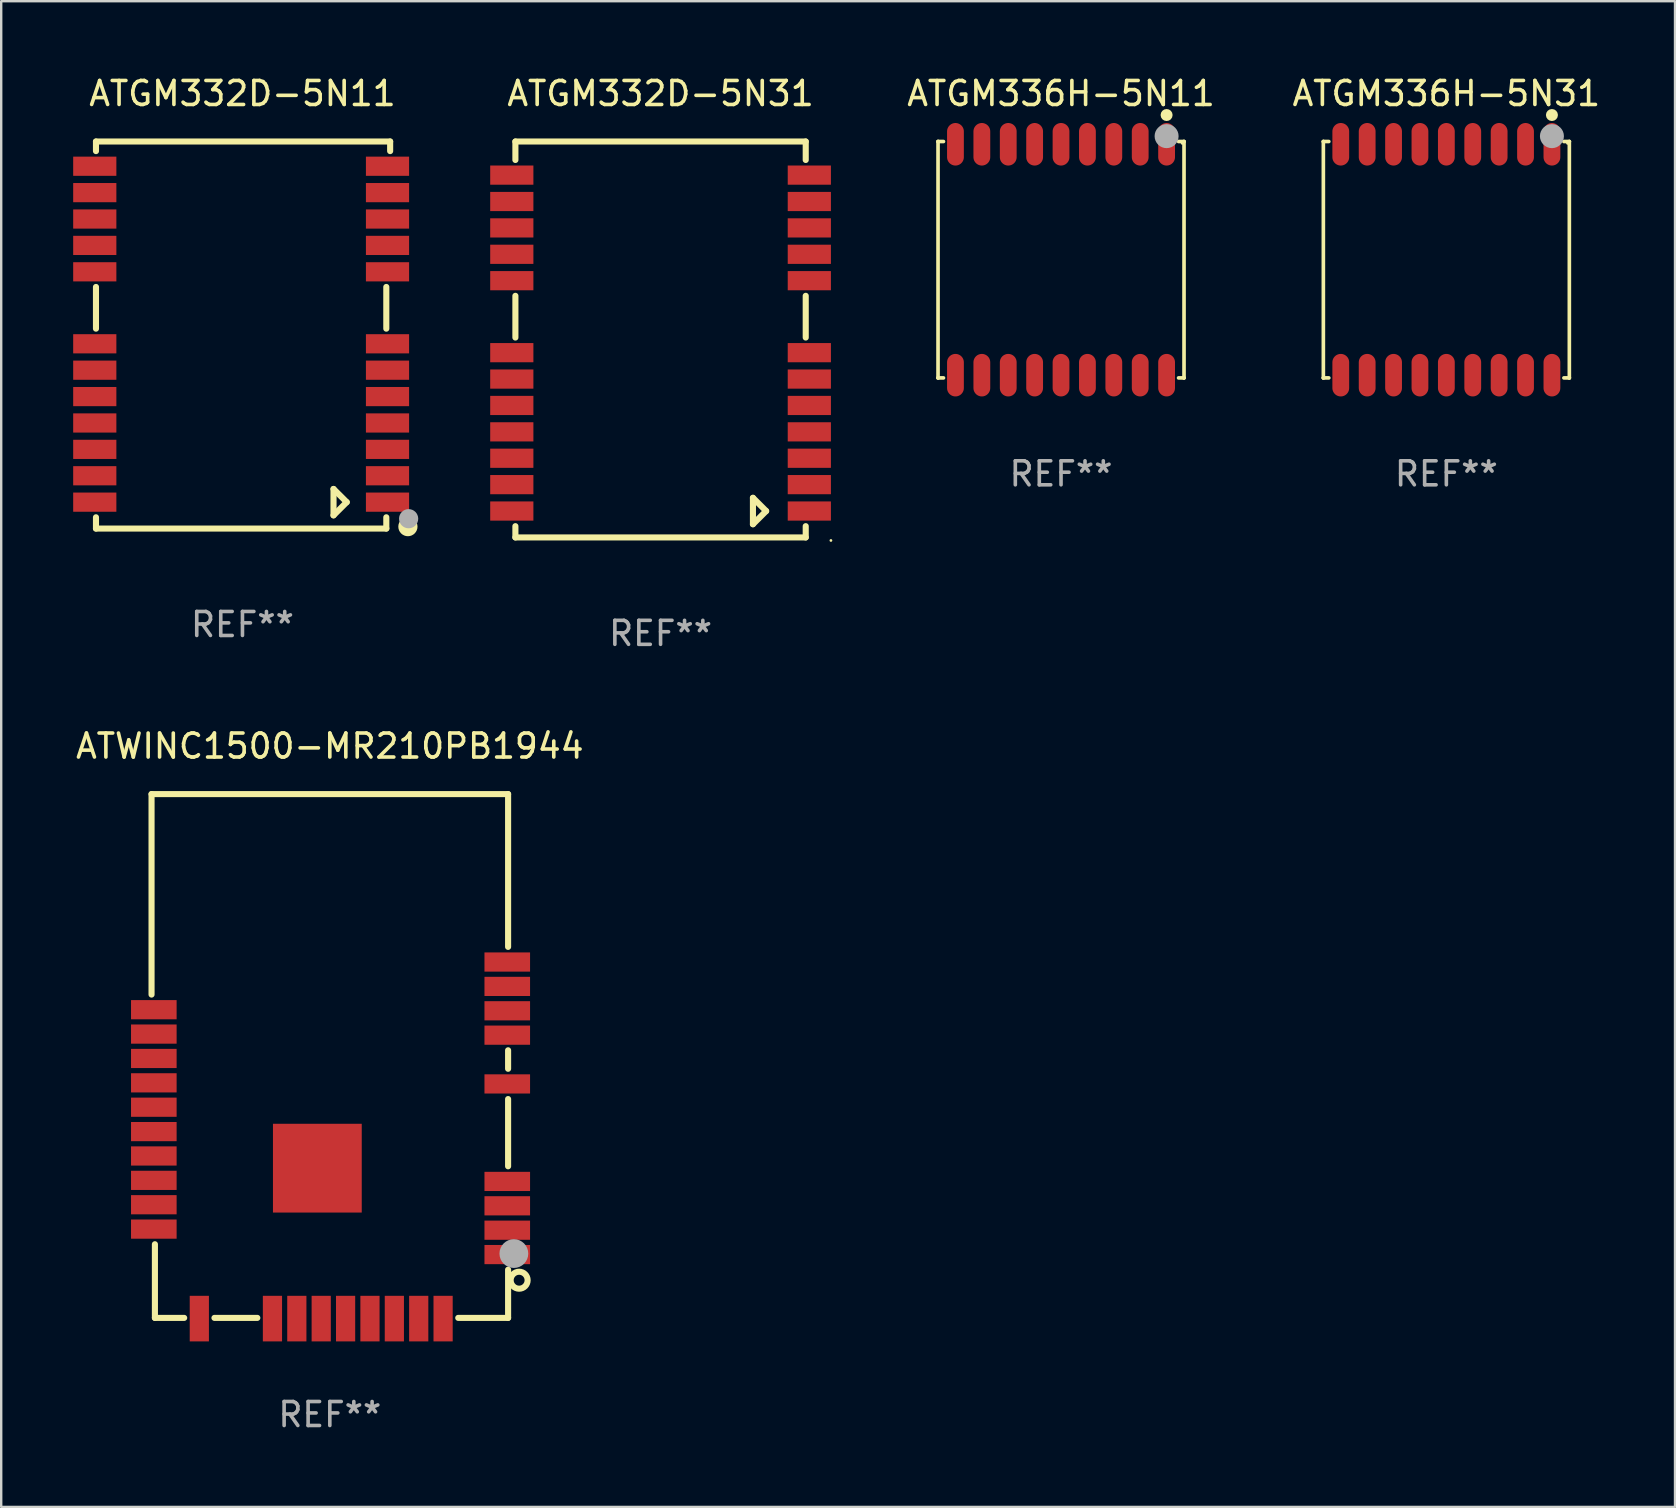
<source format=kicad_pcb>
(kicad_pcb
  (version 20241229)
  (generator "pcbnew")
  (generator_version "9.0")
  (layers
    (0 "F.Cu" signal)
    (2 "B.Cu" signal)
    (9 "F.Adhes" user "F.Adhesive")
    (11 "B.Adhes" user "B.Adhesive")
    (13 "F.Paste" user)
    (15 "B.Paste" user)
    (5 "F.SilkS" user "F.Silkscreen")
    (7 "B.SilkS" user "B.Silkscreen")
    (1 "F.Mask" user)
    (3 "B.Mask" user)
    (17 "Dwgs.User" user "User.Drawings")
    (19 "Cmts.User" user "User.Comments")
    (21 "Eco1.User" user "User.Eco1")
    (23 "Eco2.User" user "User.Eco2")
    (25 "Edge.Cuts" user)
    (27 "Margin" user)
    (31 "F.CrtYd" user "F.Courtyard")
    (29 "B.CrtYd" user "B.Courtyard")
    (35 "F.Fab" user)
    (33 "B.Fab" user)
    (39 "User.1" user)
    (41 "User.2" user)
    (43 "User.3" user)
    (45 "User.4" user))
  (footprint "ATWINC1500-MR210PB1944"
    (layer "F.Cu")
    (at 10.696 40.975)
    (property "Reference" "ATWINC1500-MR210PB1944" (at 0 -12.93 0) (layer "F.SilkS") (effects (font (size 1 1) (thickness 0.15))))
    (attr through_hole)
    (fp_line (start -7.43 -10.93) (end 7.43 -10.93) (stroke (width 0.254) (type solid)) (layer "F.SilkS"))
    (fp_line (start -7.43 -2.575) (end -7.43 -10.93) (stroke (width 0.254) (type solid)) (layer "F.SilkS"))
    (fp_line (start -7.29 10.9) (end -7.29 7.831) (stroke (width 0.254) (type solid)) (layer "F.SilkS"))
    (fp_line (start -6.07 10.9) (end -7.29 10.9) (stroke (width 0.254) (type solid)) (layer "F.SilkS"))
    (fp_line (start -3.022 10.9) (end -4.808 10.9) (stroke (width 0.254) (type solid)) (layer "F.SilkS"))
    (fp_line (start 7.43 -10.93) (end 7.43 -4.562) (stroke (width 0.254) (type solid)) (layer "F.SilkS"))
    (fp_line (start 7.43 -0.252) (end 7.43 0.518) (stroke (width 0.254) (type solid)) (layer "F.SilkS"))
    (fp_line (start 7.43 1.78) (end 7.43 4.582) (stroke (width 0.254) (type solid)) (layer "F.SilkS"))
    (fp_line (start 7.43 8.892) (end 7.43 10.9) (stroke (width 0.254) (type solid)) (layer "F.SilkS"))
    (fp_line (start 7.43 10.9) (end 5.352 10.9) (stroke (width 0.254) (type solid)) (layer "F.SilkS"))
    (fp_circle (center 7.395 10.93) (end 7.425 10.93) (stroke (width 0.06) (type solid)) (fill no) (layer "F.SilkS"))
    (fp_circle (center 7.89 9.33) (end 8.244 9.33) (stroke (width 0.254) (type solid)) (fill no) (layer "F.SilkS"))
    (fp_circle (center 7.67 8.22) (end 7.97 8.22) (stroke (width 0.6) (type solid)) (fill no) (layer "F.Fab"))
    (fp_text user "REF**" (at 0 14.93 0) (layer "F.Fab") (effects (font (size 1 1) (thickness 0.15))))
    (pad "1" smd rect (at 7.395 8.261) (size 1.9 0.8) (layers "F.Cu" "F.Mask" "F.Paste"))
    (pad "2" smd rect (at 7.395 7.245) (size 1.9 0.8) (layers "F.Cu" "F.Mask" "F.Paste"))
    (pad "3" smd rect (at 7.395 6.229) (size 1.9 0.8) (layers "F.Cu" "F.Mask" "F.Paste"))
    (pad "4" smd rect (at 7.395 5.213) (size 1.9 0.8) (layers "F.Cu" "F.Mask" "F.Paste"))
    (pad "5" smd rect (at 7.395 1.149) (size 1.9 0.8) (layers "F.Cu" "F.Mask" "F.Paste"))
    (pad "6" smd rect (at 7.395 -0.883) (size 1.9 0.8) (layers "F.Cu" "F.Mask" "F.Paste"))
    (pad "7" smd rect (at 7.395 -1.899) (size 1.9 0.8) (layers "F.Cu" "F.Mask" "F.Paste"))
    (pad "8" smd rect (at 7.395 -2.915) (size 1.9 0.8) (layers "F.Cu" "F.Mask" "F.Paste"))
    (pad "9" smd rect (at 7.395 -3.931) (size 1.9 0.8) (layers "F.Cu" "F.Mask" "F.Paste"))
    (pad "10" smd rect (at -7.335 -1.944) (size 1.9 0.8) (layers "F.Cu" "F.Mask" "F.Paste"))
    (pad "11" smd rect (at -7.335 -0.928) (size 1.9 0.8) (layers "F.Cu" "F.Mask" "F.Paste"))
    (pad "12" smd rect (at -7.335 0.088) (size 1.9 0.8) (layers "F.Cu" "F.Mask" "F.Paste"))
    (pad "13" smd rect (at -7.335 1.104) (size 1.9 0.8) (layers "F.Cu" "F.Mask" "F.Paste"))
    (pad "14" smd rect (at -7.335 2.12) (size 1.9 0.8) (layers "F.Cu" "F.Mask" "F.Paste"))
    (pad "15" smd rect (at -7.335 3.136) (size 1.9 0.8) (layers "F.Cu" "F.Mask" "F.Paste"))
    (pad "16" smd rect (at -7.335 4.152) (size 1.9 0.8) (layers "F.Cu" "F.Mask" "F.Paste"))
    (pad "17" smd rect (at -7.335 5.168) (size 1.9 0.8) (layers "F.Cu" "F.Mask" "F.Paste"))
    (pad "18" smd rect (at -7.335 6.184) (size 1.9 0.8) (layers "F.Cu" "F.Mask" "F.Paste"))
    (pad "19" smd rect (at -7.335 7.2) (size 1.9 0.8) (layers "F.Cu" "F.Mask" "F.Paste"))
    (pad "20" smd rect (at -5.439 10.93 90) (size 1.9 0.8) (layers "F.Cu" "F.Mask" "F.Paste"))
    (pad "21" smd rect (at -2.391 10.93 90) (size 1.9 0.8) (layers "F.Cu" "F.Mask" "F.Paste"))
    (pad "22" smd rect (at -1.375 10.93 90) (size 1.9 0.8) (layers "F.Cu" "F.Mask" "F.Paste"))
    (pad "23" smd rect (at -0.359 10.93 90) (size 1.9 0.8) (layers "F.Cu" "F.Mask" "F.Paste"))
    (pad "24" smd rect (at 0.657 10.93 90) (size 1.9 0.8) (layers "F.Cu" "F.Mask" "F.Paste"))
    (pad "25" smd rect (at 1.673 10.93 90) (size 1.9 0.8) (layers "F.Cu" "F.Mask" "F.Paste"))
    (pad "26" smd rect (at 2.689 10.93 90) (size 1.9 0.8) (layers "F.Cu" "F.Mask" "F.Paste"))
    (pad "27" smd rect (at 3.705 10.93 90) (size 1.9 0.8) (layers "F.Cu" "F.Mask" "F.Paste"))
    (pad "28" smd rect (at 4.721 10.93 90) (size 1.9 0.8) (layers "F.Cu" "F.Mask" "F.Paste"))
    (pad "29" smd rect (at -0.52 4.66 90) (size 3.7 3.7) (layers "F.Cu" "F.Mask" "F.Paste")))
  (footprint "ATGM332D-5N11"
    (layer "F.Cu")
    (at 7.055 10.913)
    (property "Reference" "ATGM332D-5N11" (at 0 -10.065 0) (layer "F.SilkS") (effects (font (size 1 1) (thickness 0.15))))
    (attr through_hole)
    (fp_line (start -6.105 -8.065) (end 6.155 -8.065) (stroke (width 0.254) (type solid)) (layer "F.SilkS"))
    (fp_line (start -6.105 -7.666) (end -6.105 -8.065) (stroke (width 0.254) (type solid)) (layer "F.SilkS"))
    (fp_line (start -6.105 -2.004) (end -6.105 -0.266) (stroke (width 0.254) (type solid)) (layer "F.SilkS"))
    (fp_line (start -6.105 7.596) (end -6.105 8.065) (stroke (width 0.254) (type solid)) (layer "F.SilkS"))
    (fp_line (start -6.105 8.065) (end 5.995 8.065) (stroke (width 0.254) (type solid)) (layer "F.SilkS"))
    (fp_line (start 3.795 6.415) (end 4.345 6.965) (stroke (width 0.254) (type solid)) (layer "F.SilkS"))
    (fp_line (start 3.795 7.515) (end 3.795 6.415) (stroke (width 0.254) (type solid)) (layer "F.SilkS"))
    (fp_line (start 4.345 6.965) (end 3.795 7.515) (stroke (width 0.254) (type solid)) (layer "F.SilkS"))
    (fp_line (start 5.995 -2.004) (end 5.995 -0.266) (stroke (width 0.254) (type solid)) (layer "F.SilkS"))
    (fp_line (start 5.995 7.596) (end 5.995 8.065) (stroke (width 0.254) (type solid)) (layer "F.SilkS"))
    (fp_line (start 6.155 -8.065) (end 6.155 -7.666) (stroke (width 0.254) (type solid)) (layer "F.SilkS"))
    (fp_circle (center 6.045 7.965) (end 6.075 7.965) (stroke (width 0.06) (type solid)) (fill no) (layer "F.SilkS"))
    (fp_circle (center 6.895 7.985) (end 7.095 7.985) (stroke (width 0.4) (type solid)) (fill no) (layer "F.SilkS"))
    (fp_circle (center 6.925 7.655) (end 7.125 7.655) (stroke (width 0.4) (type solid)) (fill no) (layer "F.Fab"))
    (fp_text user "REF**" (at 0 12.065 0) (layer "F.Fab") (effects (font (size 1 1) (thickness 0.15))))
    (pad "1" smd rect (at 6.045 6.965 270) (size 0.8 1.8) (layers "F.Cu" "F.Mask" "F.Paste"))
    (pad "2" smd rect (at 6.045 5.865 270) (size 0.8 1.8) (layers "F.Cu" "F.Mask" "F.Paste"))
    (pad "3" smd rect (at 6.045 4.765 270) (size 0.8 1.8) (layers "F.Cu" "F.Mask" "F.Paste"))
    (pad "4" smd rect (at 6.045 3.665 270) (size 0.8 1.8) (layers "F.Cu" "F.Mask" "F.Paste"))
    (pad "5" smd rect (at 6.045 2.565 270) (size 0.8 1.8) (layers "F.Cu" "F.Mask" "F.Paste"))
    (pad "6" smd rect (at 6.045 1.465 270) (size 0.8 1.8) (layers "F.Cu" "F.Mask" "F.Paste"))
    (pad "7" smd rect (at 6.045 0.365 270) (size 0.8 1.8) (layers "F.Cu" "F.Mask" "F.Paste"))
    (pad "8" smd rect (at 6.045 -2.635 270) (size 0.8 1.8) (layers "F.Cu" "F.Mask" "F.Paste"))
    (pad "9" smd rect (at 6.045 -3.735 270) (size 0.8 1.8) (layers "F.Cu" "F.Mask" "F.Paste"))
    (pad "10" smd rect (at 6.045 -4.835 270) (size 0.8 1.8) (layers "F.Cu" "F.Mask" "F.Paste"))
    (pad "11" smd rect (at 6.045 -5.935 270) (size 0.8 1.8) (layers "F.Cu" "F.Mask" "F.Paste"))
    (pad "12" smd rect (at 6.045 -7.035 270) (size 0.8 1.8) (layers "F.Cu" "F.Mask" "F.Paste"))
    (pad "13" smd rect (at -6.155 -7.035 270) (size 0.8 1.8) (layers "F.Cu" "F.Mask" "F.Paste"))
    (pad "14" smd rect (at -6.155 -5.935 270) (size 0.8 1.8) (layers "F.Cu" "F.Mask" "F.Paste"))
    (pad "15" smd rect (at -6.155 -4.835 270) (size 0.8 1.8) (layers "F.Cu" "F.Mask" "F.Paste"))
    (pad "16" smd rect (at -6.155 -3.735 270) (size 0.8 1.8) (layers "F.Cu" "F.Mask" "F.Paste"))
    (pad "17" smd rect (at -6.155 -2.635 270) (size 0.8 1.8) (layers "F.Cu" "F.Mask" "F.Paste"))
    (pad "18" smd rect (at -6.155 0.365 270) (size 0.8 1.8) (layers "F.Cu" "F.Mask" "F.Paste"))
    (pad "19" smd rect (at -6.155 1.465 270) (size 0.8 1.8) (layers "F.Cu" "F.Mask" "F.Paste"))
    (pad "20" smd rect (at -6.155 2.565 270) (size 0.8 1.8) (layers "F.Cu" "F.Mask" "F.Paste"))
    (pad "21" smd rect (at -6.155 3.665 270) (size 0.8 1.8) (layers "F.Cu" "F.Mask" "F.Paste"))
    (pad "22" smd rect (at -6.155 4.765 270) (size 0.8 1.8) (layers "F.Cu" "F.Mask" "F.Paste"))
    (pad "23" smd rect (at -6.155 5.865 270) (size 0.8 1.8) (layers "F.Cu" "F.Mask" "F.Paste"))
    (pad "24" smd rect (at -6.155 6.965 270) (size 0.8 1.8) (layers "F.Cu" "F.Mask" "F.Paste")))
  (footprint "ATGM332D-5N31"
    (layer "F.Cu")
    (at 24.48 11.098)
    (property "Reference" "ATGM332D-5N31" (at 0 -10.25 0) (layer "F.SilkS") (effects (font (size 1 1) (thickness 0.15))))
    (attr through_hole)
    (fp_line (start -6.05 -8.25) (end -6.05 -7.481) (stroke (width 0.254) (type solid)) (layer "F.SilkS"))
    (fp_line (start -6.05 -1.819) (end -6.05 -0.081) (stroke (width 0.254) (type solid)) (layer "F.SilkS"))
    (fp_line (start -6.05 7.781) (end -6.05 8.25) (stroke (width 0.254) (type solid)) (layer "F.SilkS"))
    (fp_line (start -6.05 8.25) (end 6.05 8.25) (stroke (width 0.254) (type solid)) (layer "F.SilkS"))
    (fp_line (start 3.85 6.6) (end 4.4 7.15) (stroke (width 0.254) (type solid)) (layer "F.SilkS"))
    (fp_line (start 3.85 7.7) (end 3.85 6.6) (stroke (width 0.254) (type solid)) (layer "F.SilkS"))
    (fp_line (start 4.4 7.15) (end 3.85 7.7) (stroke (width 0.254) (type solid)) (layer "F.SilkS"))
    (fp_line (start 6.05 -8.25) (end -6.05 -8.25) (stroke (width 0.254) (type solid)) (layer "F.SilkS"))
    (fp_line (start 6.05 -8.25) (end 6.05 -7.481) (stroke (width 0.254) (type solid)) (layer "F.SilkS"))
    (fp_line (start 6.05 -1.819) (end 6.05 -0.081) (stroke (width 0.254) (type solid)) (layer "F.SilkS"))
    (fp_line (start 6.05 7.781) (end 6.05 8.25) (stroke (width 0.254) (type solid)) (layer "F.SilkS"))
    (fp_circle (center 7.1 8.377) (end 7.13 8.377) (stroke (width 0.06) (type solid)) (fill no) (layer "F.SilkS"))
    (fp_text user "REF**" (at 0 12.25 0) (layer "F.Fab") (effects (font (size 1 1) (thickness 0.15))))
    (pad "1" smd rect (at 6.2 7.15 270) (size 0.8 1.8) (layers "F.Cu" "F.Mask" "F.Paste"))
    (pad "2" smd rect (at 6.2 6.05 270) (size 0.8 1.8) (layers "F.Cu" "F.Mask" "F.Paste"))
    (pad "3" smd rect (at 6.2 4.95 270) (size 0.8 1.8) (layers "F.Cu" "F.Mask" "F.Paste"))
    (pad "4" smd rect (at 6.2 3.85 270) (size 0.8 1.8) (layers "F.Cu" "F.Mask" "F.Paste"))
    (pad "5" smd rect (at 6.2 2.75 270) (size 0.8 1.8) (layers "F.Cu" "F.Mask" "F.Paste"))
    (pad "6" smd rect (at 6.2 1.65 270) (size 0.8 1.8) (layers "F.Cu" "F.Mask" "F.Paste"))
    (pad "7" smd rect (at 6.2 0.55 270) (size 0.8 1.8) (layers "F.Cu" "F.Mask" "F.Paste"))
    (pad "8" smd rect (at 6.2 -2.45 270) (size 0.8 1.8) (layers "F.Cu" "F.Mask" "F.Paste"))
    (pad "9" smd rect (at 6.2 -3.55 270) (size 0.8 1.8) (layers "F.Cu" "F.Mask" "F.Paste"))
    (pad "10" smd rect (at 6.2 -4.65 270) (size 0.8 1.8) (layers "F.Cu" "F.Mask" "F.Paste"))
    (pad "11" smd rect (at 6.2 -5.75 270) (size 0.8 1.8) (layers "F.Cu" "F.Mask" "F.Paste"))
    (pad "12" smd rect (at 6.2 -6.85 270) (size 0.8 1.8) (layers "F.Cu" "F.Mask" "F.Paste"))
    (pad "13" smd rect (at -6.2 -6.85 270) (size 0.8 1.8) (layers "F.Cu" "F.Mask" "F.Paste"))
    (pad "14" smd rect (at -6.2 -5.75 270) (size 0.8 1.8) (layers "F.Cu" "F.Mask" "F.Paste"))
    (pad "15" smd rect (at -6.2 -4.65 270) (size 0.8 1.8) (layers "F.Cu" "F.Mask" "F.Paste"))
    (pad "16" smd rect (at -6.2 -3.55 270) (size 0.8 1.8) (layers "F.Cu" "F.Mask" "F.Paste"))
    (pad "17" smd rect (at -6.2 -2.45 270) (size 0.8 1.8) (layers "F.Cu" "F.Mask" "F.Paste"))
    (pad "18" smd rect (at -6.2 0.55 270) (size 0.8 1.8) (layers "F.Cu" "F.Mask" "F.Paste"))
    (pad "19" smd rect (at -6.2 1.65 270) (size 0.8 1.8) (layers "F.Cu" "F.Mask" "F.Paste"))
    (pad "20" smd rect (at -6.2 2.75 270) (size 0.8 1.8) (layers "F.Cu" "F.Mask" "F.Paste"))
    (pad "21" smd rect (at -6.2 3.85 270) (size 0.8 1.8) (layers "F.Cu" "F.Mask" "F.Paste"))
    (pad "22" smd rect (at -6.2 4.95 270) (size 0.8 1.8) (layers "F.Cu" "F.Mask" "F.Paste"))
    (pad "23" smd rect (at -6.2 6.05 270) (size 0.8 1.8) (layers "F.Cu" "F.Mask" "F.Paste"))
    (pad "24" smd rect (at -6.2 7.15 270) (size 0.8 1.8) (layers "F.Cu" "F.Mask" "F.Paste")))
  (footprint "ATGM336H-5N31"
    (layer "F.Cu")
    (at 57.229 7.774)
    (property "Reference" "ATGM336H-5N31" (at 0 -6.926 0) (layer "F.SilkS") (effects (font (size 1 1) (thickness 0.15))))
    (attr through_hole)
    (fp_line (start -5.126 -4.926) (end -5.126 -4.926) (stroke (width 0.152) (type solid)) (layer "F.SilkS"))
    (fp_line (start -5.126 -4.926) (end -5.126 4.926) (stroke (width 0.152) (type solid)) (layer "F.SilkS"))
    (fp_line (start -5.126 4.926) (end -5.126 4.926) (stroke (width 0.152) (type solid)) (layer "F.SilkS"))
    (fp_line (start -5.126 4.926) (end -4.899 4.926) (stroke (width 0.152) (type solid)) (layer "F.SilkS"))
    (fp_line (start -4.899 -4.926) (end -5.126 -4.926) (stroke (width 0.152) (type solid)) (layer "F.SilkS"))
    (fp_line (start 4.899 -4.926) (end 5.126 -4.926) (stroke (width 0.152) (type solid)) (layer "F.SilkS"))
    (fp_line (start 5.126 -4.926) (end 5.126 -4.926) (stroke (width 0.152) (type solid)) (layer "F.SilkS"))
    (fp_line (start 5.126 -4.926) (end 5.126 4.926) (stroke (width 0.152) (type solid)) (layer "F.SilkS"))
    (fp_line (start 5.126 4.926) (end 4.899 4.926) (stroke (width 0.152) (type solid)) (layer "F.SilkS"))
    (fp_line (start 5.126 4.926) (end 5.126 4.926) (stroke (width 0.152) (type solid)) (layer "F.SilkS"))
    (fp_circle (center 4.4 -6.03) (end 4.525 -6.03) (stroke (width 0.25) (type solid)) (fill no) (layer "F.SilkS"))
    (fp_circle (center 5.05 -4.85) (end 5.08 -4.85) (stroke (width 0.06) (type solid)) (fill no) (layer "F.SilkS"))
    (fp_circle (center 4.4 -5.15) (end 4.65 -5.15) (stroke (width 0.5) (type solid)) (fill no) (layer "F.Fab"))
    (fp_text user "REF**" (at 0 8.926 0) (layer "F.Fab") (effects (font (size 1 1) (thickness 0.15))))
    (pad "1" smd oval (at 4.4 -4.811 180) (size 0.7 1.773) (layers "F.Cu" "F.Mask" "F.Paste"))
    (pad "2" smd oval (at 3.3 -4.811 180) (size 0.7 1.773) (layers "F.Cu" "F.Mask" "F.Paste"))
    (pad "3" smd oval (at 2.2 -4.811 180) (size 0.7 1.773) (layers "F.Cu" "F.Mask" "F.Paste"))
    (pad "4" smd oval (at 1.1 -4.811 180) (size 0.7 1.773) (layers "F.Cu" "F.Mask" "F.Paste"))
    (pad "5" smd oval (at 0.000051 -4.811 180) (size 0.7 1.773) (layers "F.Cu" "F.Mask" "F.Paste"))
    (pad "6" smd oval (at -1.1 -4.811 180) (size 0.7 1.773) (layers "F.Cu" "F.Mask" "F.Paste"))
    (pad "7" smd oval (at -2.2 -4.811 180) (size 0.7 1.773) (layers "F.Cu" "F.Mask" "F.Paste"))
    (pad "8" smd oval (at -3.3 -4.811 180) (size 0.7 1.773) (layers "F.Cu" "F.Mask" "F.Paste"))
    (pad "9" smd oval (at -4.4 -4.811 180) (size 0.7 1.773) (layers "F.Cu" "F.Mask" "F.Paste"))
    (pad "10" smd oval (at -4.4 4.812 180) (size 0.7 1.773) (layers "F.Cu" "F.Mask" "F.Paste"))
    (pad "11" smd oval (at -3.3 4.812 180) (size 0.7 1.773) (layers "F.Cu" "F.Mask" "F.Paste"))
    (pad "12" smd oval (at -2.2 4.812 180) (size 0.7 1.773) (layers "F.Cu" "F.Mask" "F.Paste"))
    (pad "13" smd oval (at -1.1 4.812 180) (size 0.7 1.773) (layers "F.Cu" "F.Mask" "F.Paste"))
    (pad "14" smd oval (at 0.000051 4.812 180) (size 0.7 1.773) (layers "F.Cu" "F.Mask" "F.Paste"))
    (pad "15" smd oval (at 1.1 4.812 180) (size 0.7 1.773) (layers "F.Cu" "F.Mask" "F.Paste"))
    (pad "16" smd oval (at 2.2 4.812 180) (size 0.7 1.773) (layers "F.Cu" "F.Mask" "F.Paste"))
    (pad "17" smd oval (at 3.3 4.812 180) (size 0.7 1.773) (layers "F.Cu" "F.Mask" "F.Paste"))
    (pad "18" smd oval (at 4.4 4.812 180) (size 0.7 1.773) (layers "F.Cu" "F.Mask" "F.Paste")))
  (footprint "ATGM336H-5N11"
    (layer "F.Cu")
    (at 41.17 7.774)
    (property "Reference" "ATGM336H-5N11" (at 0 -6.926 0) (layer "F.SilkS") (effects (font (size 1 1) (thickness 0.15))))
    (attr through_hole)
    (fp_line (start -5.126 -4.926) (end -5.126 -4.926) (stroke (width 0.152) (type solid)) (layer "F.SilkS"))
    (fp_line (start -5.126 -4.926) (end -5.126 4.926) (stroke (width 0.152) (type solid)) (layer "F.SilkS"))
    (fp_line (start -5.126 4.926) (end -5.126 4.926) (stroke (width 0.152) (type solid)) (layer "F.SilkS"))
    (fp_line (start -5.126 4.926) (end -4.899 4.926) (stroke (width 0.152) (type solid)) (layer "F.SilkS"))
    (fp_line (start -4.899 -4.926) (end -5.126 -4.926) (stroke (width 0.152) (type solid)) (layer "F.SilkS"))
    (fp_line (start 4.899 -4.926) (end 5.126 -4.926) (stroke (width 0.152) (type solid)) (layer "F.SilkS"))
    (fp_line (start 5.126 -4.926) (end 5.126 -4.926) (stroke (width 0.152) (type solid)) (layer "F.SilkS"))
    (fp_line (start 5.126 -4.926) (end 5.126 4.926) (stroke (width 0.152) (type solid)) (layer "F.SilkS"))
    (fp_line (start 5.126 4.926) (end 4.899 4.926) (stroke (width 0.152) (type solid)) (layer "F.SilkS"))
    (fp_line (start 5.126 4.926) (end 5.126 4.926) (stroke (width 0.152) (type solid)) (layer "F.SilkS"))
    (fp_circle (center 4.4 -6.03) (end 4.525 -6.03) (stroke (width 0.25) (type solid)) (fill no) (layer "F.SilkS"))
    (fp_circle (center 5.05 -4.85) (end 5.08 -4.85) (stroke (width 0.06) (type solid)) (fill no) (layer "F.SilkS"))
    (fp_circle (center 4.4 -5.15) (end 4.65 -5.15) (stroke (width 0.5) (type solid)) (fill no) (layer "F.Fab"))
    (fp_text user "REF**" (at 0 8.926 0) (layer "F.Fab") (effects (font (size 1 1) (thickness 0.15))))
    (pad "1" smd oval (at 4.4 -4.811 180) (size 0.7 1.773) (layers "F.Cu" "F.Mask" "F.Paste"))
    (pad "2" smd oval (at 3.3 -4.811 180) (size 0.7 1.773) (layers "F.Cu" "F.Mask" "F.Paste"))
    (pad "3" smd oval (at 2.2 -4.811 180) (size 0.7 1.773) (layers "F.Cu" "F.Mask" "F.Paste"))
    (pad "4" smd oval (at 1.1 -4.811 180) (size 0.7 1.773) (layers "F.Cu" "F.Mask" "F.Paste"))
    (pad "5" smd oval (at 0.000051 -4.811 180) (size 0.7 1.773) (layers "F.Cu" "F.Mask" "F.Paste"))
    (pad "6" smd oval (at -1.1 -4.811 180) (size 0.7 1.773) (layers "F.Cu" "F.Mask" "F.Paste"))
    (pad "7" smd oval (at -2.2 -4.811 180) (size 0.7 1.773) (layers "F.Cu" "F.Mask" "F.Paste"))
    (pad "8" smd oval (at -3.3 -4.811 180) (size 0.7 1.773) (layers "F.Cu" "F.Mask" "F.Paste"))
    (pad "9" smd oval (at -4.4 -4.811 180) (size 0.7 1.773) (layers "F.Cu" "F.Mask" "F.Paste"))
    (pad "10" smd oval (at -4.4 4.812 180) (size 0.7 1.773) (layers "F.Cu" "F.Mask" "F.Paste"))
    (pad "11" smd oval (at -3.3 4.812 180) (size 0.7 1.773) (layers "F.Cu" "F.Mask" "F.Paste"))
    (pad "12" smd oval (at -2.2 4.812 180) (size 0.7 1.773) (layers "F.Cu" "F.Mask" "F.Paste"))
    (pad "13" smd oval (at -1.1 4.812 180) (size 0.7 1.773) (layers "F.Cu" "F.Mask" "F.Paste"))
    (pad "14" smd oval (at 0.000051 4.812 180) (size 0.7 1.773) (layers "F.Cu" "F.Mask" "F.Paste"))
    (pad "15" smd oval (at 1.1 4.812 180) (size 0.7 1.773) (layers "F.Cu" "F.Mask" "F.Paste"))
    (pad "16" smd oval (at 2.2 4.812 180) (size 0.7 1.773) (layers "F.Cu" "F.Mask" "F.Paste"))
    (pad "17" smd oval (at 3.3 4.812 180) (size 0.7 1.773) (layers "F.Cu" "F.Mask" "F.Paste"))
    (pad "18" smd oval (at 4.4 4.812 180) (size 0.7 1.773) (layers "F.Cu" "F.Mask" "F.Paste")))
  (gr_rect
    (start -3 -3)
    (end 66.759 59.753)
    (stroke (width 0.1) (type default))
    (fill no)
    (layer "Edge.Cuts")))
</source>
